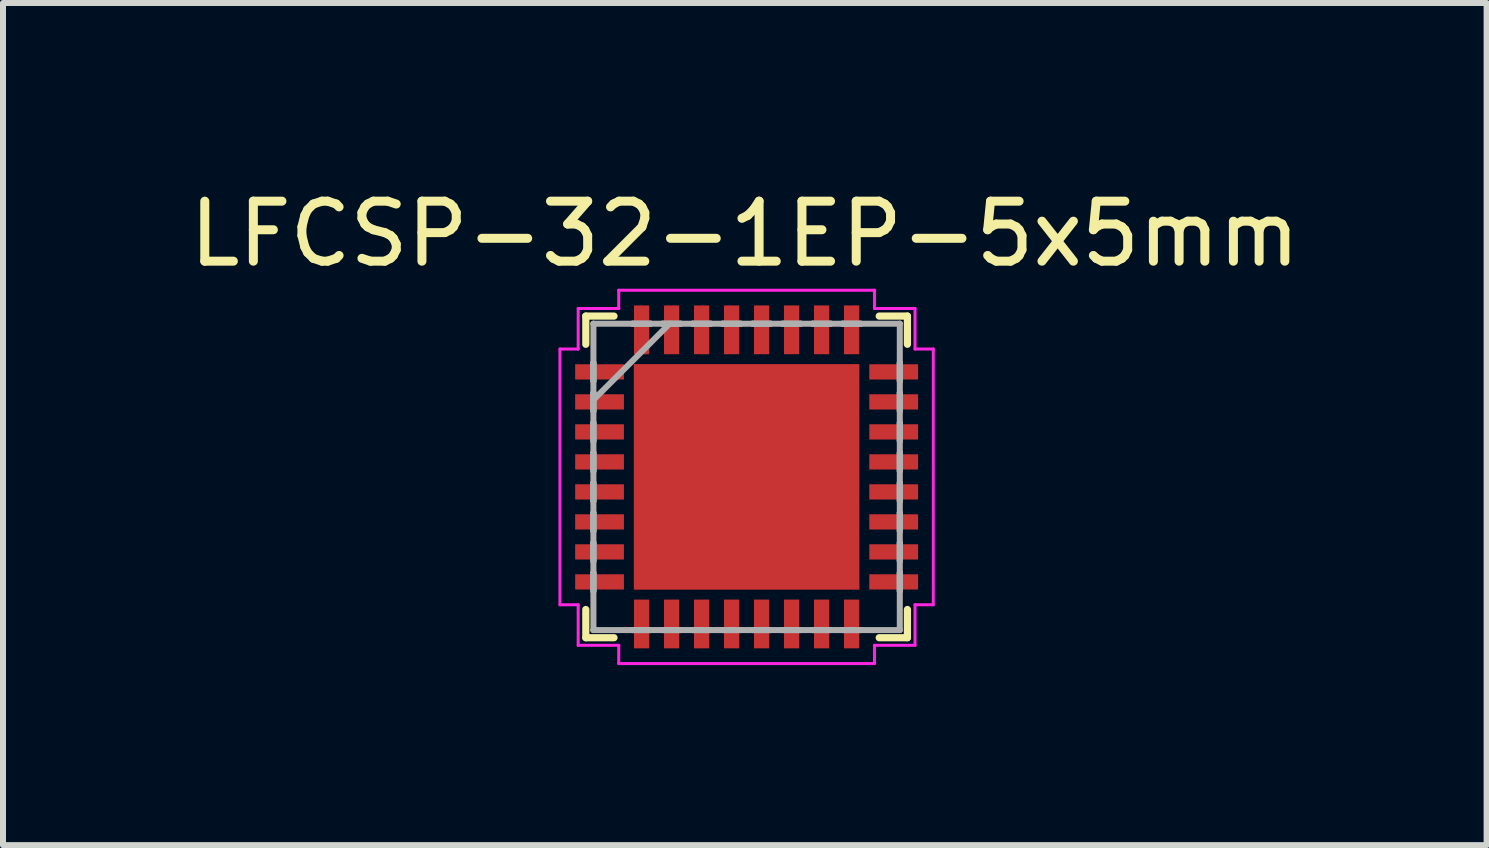
<source format=kicad_pcb>
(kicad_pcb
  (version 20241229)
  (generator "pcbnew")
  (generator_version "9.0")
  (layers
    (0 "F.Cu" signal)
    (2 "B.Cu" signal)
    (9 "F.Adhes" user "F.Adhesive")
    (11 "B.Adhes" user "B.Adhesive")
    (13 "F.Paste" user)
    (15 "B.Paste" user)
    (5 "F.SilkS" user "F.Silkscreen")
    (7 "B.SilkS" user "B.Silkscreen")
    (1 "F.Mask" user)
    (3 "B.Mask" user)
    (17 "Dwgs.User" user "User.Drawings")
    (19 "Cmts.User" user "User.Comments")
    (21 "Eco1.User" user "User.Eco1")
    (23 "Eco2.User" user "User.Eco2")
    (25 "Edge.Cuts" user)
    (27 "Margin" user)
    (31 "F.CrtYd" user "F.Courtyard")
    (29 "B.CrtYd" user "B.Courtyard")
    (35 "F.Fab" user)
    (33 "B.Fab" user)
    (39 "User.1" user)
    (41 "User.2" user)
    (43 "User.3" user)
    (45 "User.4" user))
  (footprint "LFCSP-32-1EP-5x5mm"
    (layer "F.Cu")
    (at 9.393 4.898)
    (property "Reference" "LFCSP-32-1EP-5x5mm" (at -0.03 -4.05 0) (layer "F.SilkS") (effects (font (size 1 1) (thickness 0.15))))
    (attr smd)
    (fp_line (start -2.68 -2.68) (end -2.68 -2.21) (stroke (width 0.12) (type solid)) (layer "F.SilkS"))
    (fp_line (start -2.68 2.21) (end -2.68 2.68) (stroke (width 0.12) (type solid)) (layer "F.SilkS"))
    (fp_line (start -2.68 2.68) (end -2.21 2.68) (stroke (width 0.12) (type solid)) (layer "F.SilkS"))
    (fp_line (start -2.21 -2.68) (end -2.68 -2.68) (stroke (width 0.12) (type solid)) (layer "F.SilkS"))
    (fp_line (start 2.21 2.68) (end 2.68 2.68) (stroke (width 0.12) (type solid)) (layer "F.SilkS"))
    (fp_line (start 2.68 -2.68) (end 2.21 -2.68) (stroke (width 0.12) (type solid)) (layer "F.SilkS"))
    (fp_line (start 2.68 -2.21) (end 2.68 -2.68) (stroke (width 0.12) (type solid)) (layer "F.SilkS"))
    (fp_line (start 2.68 2.68) (end 2.68 2.21) (stroke (width 0.12) (type solid)) (layer "F.SilkS"))
    (fp_poly (pts (xy -1.78 -1.78) (xy -1.78 -0.1) (xy -0.1 -0.1) (xy -0.1 -1.78)) (stroke (width 0.1) (type solid)) (fill yes) (layer "F.Paste"))
    (fp_poly (pts (xy -1.78 0.1) (xy -1.78 1.78) (xy -0.1 1.78) (xy -0.1 0.1)) (stroke (width 0.1) (type solid)) (fill yes) (layer "F.Paste"))
    (fp_poly (pts (xy 0.1 -1.78) (xy 0.1 -0.1) (xy 1.78 -0.1) (xy 1.78 -1.78)) (stroke (width 0.1) (type solid)) (fill yes) (layer "F.Paste"))
    (fp_poly (pts (xy 0.1 0.1) (xy 0.1 1.78) (xy 1.78 1.78) (xy 1.78 0.1)) (stroke (width 0.1) (type solid)) (fill yes) (layer "F.Paste"))
    (fp_line (start -3.111 -2.131) (end -2.807 -2.131) (stroke (width 0.05) (type solid)) (layer "F.CrtYd"))
    (fp_line (start -3.111 2.131) (end -3.111 -2.131) (stroke (width 0.05) (type solid)) (layer "F.CrtYd"))
    (fp_line (start -2.807 -2.807) (end -2.131 -2.807) (stroke (width 0.05) (type solid)) (layer "F.CrtYd"))
    (fp_line (start -2.807 -2.131) (end -2.807 -2.807) (stroke (width 0.05) (type solid)) (layer "F.CrtYd"))
    (fp_line (start -2.807 2.131) (end -3.111 2.131) (stroke (width 0.05) (type solid)) (layer "F.CrtYd"))
    (fp_line (start -2.807 2.807) (end -2.807 2.131) (stroke (width 0.05) (type solid)) (layer "F.CrtYd"))
    (fp_line (start -2.131 -3.111) (end 2.131 -3.111) (stroke (width 0.05) (type solid)) (layer "F.CrtYd"))
    (fp_line (start -2.131 -2.807) (end -2.131 -3.111) (stroke (width 0.05) (type solid)) (layer "F.CrtYd"))
    (fp_line (start -2.131 2.807) (end -2.807 2.807) (stroke (width 0.05) (type solid)) (layer "F.CrtYd"))
    (fp_line (start -2.131 3.111) (end -2.131 2.807) (stroke (width 0.05) (type solid)) (layer "F.CrtYd"))
    (fp_line (start 2.131 -3.111) (end 2.131 -2.807) (stroke (width 0.05) (type solid)) (layer "F.CrtYd"))
    (fp_line (start 2.131 -2.807) (end 2.807 -2.807) (stroke (width 0.05) (type solid)) (layer "F.CrtYd"))
    (fp_line (start 2.131 2.807) (end 2.131 3.111) (stroke (width 0.05) (type solid)) (layer "F.CrtYd"))
    (fp_line (start 2.131 3.111) (end -2.131 3.111) (stroke (width 0.05) (type solid)) (layer "F.CrtYd"))
    (fp_line (start 2.807 -2.807) (end 2.807 -2.131) (stroke (width 0.05) (type solid)) (layer "F.CrtYd"))
    (fp_line (start 2.807 -2.131) (end 3.111 -2.131) (stroke (width 0.05) (type solid)) (layer "F.CrtYd"))
    (fp_line (start 2.807 2.131) (end 2.807 2.807) (stroke (width 0.05) (type solid)) (layer "F.CrtYd"))
    (fp_line (start 2.807 2.807) (end 2.131 2.807) (stroke (width 0.05) (type solid)) (layer "F.CrtYd"))
    (fp_line (start 3.111 -2.131) (end 3.111 2.131) (stroke (width 0.05) (type solid)) (layer "F.CrtYd"))
    (fp_line (start 3.111 2.131) (end 2.807 2.131) (stroke (width 0.05) (type solid)) (layer "F.CrtYd"))
    (fp_line (start -2.553 -2.553) (end -2.553 -2.553) (stroke (width 0.1) (type solid)) (layer "F.Fab"))
    (fp_line (start -2.553 -2.553) (end -2.553 2.553) (stroke (width 0.1) (type solid)) (layer "F.Fab"))
    (fp_line (start -2.553 -1.902) (end -2.553 -1.902) (stroke (width 0.1) (type solid)) (layer "F.Fab"))
    (fp_line (start -2.553 -1.902) (end -2.553 -1.598) (stroke (width 0.1) (type solid)) (layer "F.Fab"))
    (fp_line (start -2.553 -1.598) (end -2.553 -1.902) (stroke (width 0.1) (type solid)) (layer "F.Fab"))
    (fp_line (start -2.553 -1.598) (end -2.553 -1.598) (stroke (width 0.1) (type solid)) (layer "F.Fab"))
    (fp_line (start -2.553 -1.402) (end -2.553 -1.402) (stroke (width 0.1) (type solid)) (layer "F.Fab"))
    (fp_line (start -2.553 -1.402) (end -2.553 -1.098) (stroke (width 0.1) (type solid)) (layer "F.Fab"))
    (fp_line (start -2.553 -1.283) (end -1.283 -2.553) (stroke (width 0.1) (type solid)) (layer "F.Fab"))
    (fp_line (start -2.553 -1.098) (end -2.553 -1.402) (stroke (width 0.1) (type solid)) (layer "F.Fab"))
    (fp_line (start -2.553 -1.098) (end -2.553 -1.098) (stroke (width 0.1) (type solid)) (layer "F.Fab"))
    (fp_line (start -2.553 -0.902) (end -2.553 -0.902) (stroke (width 0.1) (type solid)) (layer "F.Fab"))
    (fp_line (start -2.553 -0.902) (end -2.553 -0.598) (stroke (width 0.1) (type solid)) (layer "F.Fab"))
    (fp_line (start -2.553 -0.598) (end -2.553 -0.902) (stroke (width 0.1) (type solid)) (layer "F.Fab"))
    (fp_line (start -2.553 -0.598) (end -2.553 -0.598) (stroke (width 0.1) (type solid)) (layer "F.Fab"))
    (fp_line (start -2.553 -0.402) (end -2.553 -0.402) (stroke (width 0.1) (type solid)) (layer "F.Fab"))
    (fp_line (start -2.553 -0.402) (end -2.553 -0.098) (stroke (width 0.1) (type solid)) (layer "F.Fab"))
    (fp_line (start -2.553 -0.098) (end -2.553 -0.402) (stroke (width 0.1) (type solid)) (layer "F.Fab"))
    (fp_line (start -2.553 -0.098) (end -2.553 -0.098) (stroke (width 0.1) (type solid)) (layer "F.Fab"))
    (fp_line (start -2.553 0.098) (end -2.553 0.098) (stroke (width 0.1) (type solid)) (layer "F.Fab"))
    (fp_line (start -2.553 0.098) (end -2.553 0.402) (stroke (width 0.1) (type solid)) (layer "F.Fab"))
    (fp_line (start -2.553 0.402) (end -2.553 0.098) (stroke (width 0.1) (type solid)) (layer "F.Fab"))
    (fp_line (start -2.553 0.402) (end -2.553 0.402) (stroke (width 0.1) (type solid)) (layer "F.Fab"))
    (fp_line (start -2.553 0.598) (end -2.553 0.598) (stroke (width 0.1) (type solid)) (layer "F.Fab"))
    (fp_line (start -2.553 0.598) (end -2.553 0.902) (stroke (width 0.1) (type solid)) (layer "F.Fab"))
    (fp_line (start -2.553 0.902) (end -2.553 0.598) (stroke (width 0.1) (type solid)) (layer "F.Fab"))
    (fp_line (start -2.553 0.902) (end -2.553 0.902) (stroke (width 0.1) (type solid)) (layer "F.Fab"))
    (fp_line (start -2.553 1.098) (end -2.553 1.098) (stroke (width 0.1) (type solid)) (layer "F.Fab"))
    (fp_line (start -2.553 1.098) (end -2.553 1.402) (stroke (width 0.1) (type solid)) (layer "F.Fab"))
    (fp_line (start -2.553 1.402) (end -2.553 1.098) (stroke (width 0.1) (type solid)) (layer "F.Fab"))
    (fp_line (start -2.553 1.402) (end -2.553 1.402) (stroke (width 0.1) (type solid)) (layer "F.Fab"))
    (fp_line (start -2.553 1.598) (end -2.553 1.598) (stroke (width 0.1) (type solid)) (layer "F.Fab"))
    (fp_line (start -2.553 1.598) (end -2.553 1.902) (stroke (width 0.1) (type solid)) (layer "F.Fab"))
    (fp_line (start -2.553 1.902) (end -2.553 1.598) (stroke (width 0.1) (type solid)) (layer "F.Fab"))
    (fp_line (start -2.553 1.902) (end -2.553 1.902) (stroke (width 0.1) (type solid)) (layer "F.Fab"))
    (fp_line (start -2.553 2.553) (end -2.553 2.553) (stroke (width 0.1) (type solid)) (layer "F.Fab"))
    (fp_line (start -2.553 2.553) (end 2.553 2.553) (stroke (width 0.1) (type solid)) (layer "F.Fab"))
    (fp_line (start -1.902 -2.553) (end -1.902 -2.553) (stroke (width 0.1) (type solid)) (layer "F.Fab"))
    (fp_line (start -1.902 -2.553) (end -1.598 -2.553) (stroke (width 0.1) (type solid)) (layer "F.Fab"))
    (fp_line (start -1.902 2.553) (end -1.902 2.553) (stroke (width 0.1) (type solid)) (layer "F.Fab"))
    (fp_line (start -1.902 2.553) (end -1.598 2.553) (stroke (width 0.1) (type solid)) (layer "F.Fab"))
    (fp_line (start -1.598 -2.553) (end -1.902 -2.553) (stroke (width 0.1) (type solid)) (layer "F.Fab"))
    (fp_line (start -1.598 -2.553) (end -1.598 -2.553) (stroke (width 0.1) (type solid)) (layer "F.Fab"))
    (fp_line (start -1.598 2.553) (end -1.902 2.553) (stroke (width 0.1) (type solid)) (layer "F.Fab"))
    (fp_line (start -1.598 2.553) (end -1.598 2.553) (stroke (width 0.1) (type solid)) (layer "F.Fab"))
    (fp_line (start -1.402 -2.553) (end -1.402 -2.553) (stroke (width 0.1) (type solid)) (layer "F.Fab"))
    (fp_line (start -1.402 -2.553) (end -1.098 -2.553) (stroke (width 0.1) (type solid)) (layer "F.Fab"))
    (fp_line (start -1.402 2.553) (end -1.402 2.553) (stroke (width 0.1) (type solid)) (layer "F.Fab"))
    (fp_line (start -1.402 2.553) (end -1.098 2.553) (stroke (width 0.1) (type solid)) (layer "F.Fab"))
    (fp_line (start -1.098 -2.553) (end -1.402 -2.553) (stroke (width 0.1) (type solid)) (layer "F.Fab"))
    (fp_line (start -1.098 -2.553) (end -1.098 -2.553) (stroke (width 0.1) (type solid)) (layer "F.Fab"))
    (fp_line (start -1.098 2.553) (end -1.402 2.553) (stroke (width 0.1) (type solid)) (layer "F.Fab"))
    (fp_line (start -1.098 2.553) (end -1.098 2.553) (stroke (width 0.1) (type solid)) (layer "F.Fab"))
    (fp_line (start -0.902 -2.553) (end -0.902 -2.553) (stroke (width 0.1) (type solid)) (layer "F.Fab"))
    (fp_line (start -0.902 -2.553) (end -0.598 -2.553) (stroke (width 0.1) (type solid)) (layer "F.Fab"))
    (fp_line (start -0.902 2.553) (end -0.902 2.553) (stroke (width 0.1) (type solid)) (layer "F.Fab"))
    (fp_line (start -0.902 2.553) (end -0.598 2.553) (stroke (width 0.1) (type solid)) (layer "F.Fab"))
    (fp_line (start -0.598 -2.553) (end -0.902 -2.553) (stroke (width 0.1) (type solid)) (layer "F.Fab"))
    (fp_line (start -0.598 -2.553) (end -0.598 -2.553) (stroke (width 0.1) (type solid)) (layer "F.Fab"))
    (fp_line (start -0.598 2.553) (end -0.902 2.553) (stroke (width 0.1) (type solid)) (layer "F.Fab"))
    (fp_line (start -0.598 2.553) (end -0.598 2.553) (stroke (width 0.1) (type solid)) (layer "F.Fab"))
    (fp_line (start -0.402 -2.553) (end -0.402 -2.553) (stroke (width 0.1) (type solid)) (layer "F.Fab"))
    (fp_line (start -0.402 -2.553) (end -0.098 -2.553) (stroke (width 0.1) (type solid)) (layer "F.Fab"))
    (fp_line (start -0.402 2.553) (end -0.402 2.553) (stroke (width 0.1) (type solid)) (layer "F.Fab"))
    (fp_line (start -0.402 2.553) (end -0.098 2.553) (stroke (width 0.1) (type solid)) (layer "F.Fab"))
    (fp_line (start -0.098 -2.553) (end -0.402 -2.553) (stroke (width 0.1) (type solid)) (layer "F.Fab"))
    (fp_line (start -0.098 -2.553) (end -0.098 -2.553) (stroke (width 0.1) (type solid)) (layer "F.Fab"))
    (fp_line (start -0.098 2.553) (end -0.402 2.553) (stroke (width 0.1) (type solid)) (layer "F.Fab"))
    (fp_line (start -0.098 2.553) (end -0.098 2.553) (stroke (width 0.1) (type solid)) (layer "F.Fab"))
    (fp_line (start 0.098 -2.553) (end 0.098 -2.553) (stroke (width 0.1) (type solid)) (layer "F.Fab"))
    (fp_line (start 0.098 -2.553) (end 0.402 -2.553) (stroke (width 0.1) (type solid)) (layer "F.Fab"))
    (fp_line (start 0.098 2.553) (end 0.098 2.553) (stroke (width 0.1) (type solid)) (layer "F.Fab"))
    (fp_line (start 0.098 2.553) (end 0.402 2.553) (stroke (width 0.1) (type solid)) (layer "F.Fab"))
    (fp_line (start 0.402 -2.553) (end 0.098 -2.553) (stroke (width 0.1) (type solid)) (layer "F.Fab"))
    (fp_line (start 0.402 -2.553) (end 0.402 -2.553) (stroke (width 0.1) (type solid)) (layer "F.Fab"))
    (fp_line (start 0.402 2.553) (end 0.098 2.553) (stroke (width 0.1) (type solid)) (layer "F.Fab"))
    (fp_line (start 0.402 2.553) (end 0.402 2.553) (stroke (width 0.1) (type solid)) (layer "F.Fab"))
    (fp_line (start 0.598 -2.553) (end 0.598 -2.553) (stroke (width 0.1) (type solid)) (layer "F.Fab"))
    (fp_line (start 0.598 -2.553) (end 0.902 -2.553) (stroke (width 0.1) (type solid)) (layer "F.Fab"))
    (fp_line (start 0.598 2.553) (end 0.598 2.553) (stroke (width 0.1) (type solid)) (layer "F.Fab"))
    (fp_line (start 0.598 2.553) (end 0.902 2.553) (stroke (width 0.1) (type solid)) (layer "F.Fab"))
    (fp_line (start 0.902 -2.553) (end 0.598 -2.553) (stroke (width 0.1) (type solid)) (layer "F.Fab"))
    (fp_line (start 0.902 -2.553) (end 0.902 -2.553) (stroke (width 0.1) (type solid)) (layer "F.Fab"))
    (fp_line (start 0.902 2.553) (end 0.598 2.553) (stroke (width 0.1) (type solid)) (layer "F.Fab"))
    (fp_line (start 0.902 2.553) (end 0.902 2.553) (stroke (width 0.1) (type solid)) (layer "F.Fab"))
    (fp_line (start 1.098 -2.553) (end 1.098 -2.553) (stroke (width 0.1) (type solid)) (layer "F.Fab"))
    (fp_line (start 1.098 -2.553) (end 1.402 -2.553) (stroke (width 0.1) (type solid)) (layer "F.Fab"))
    (fp_line (start 1.098 2.553) (end 1.098 2.553) (stroke (width 0.1) (type solid)) (layer "F.Fab"))
    (fp_line (start 1.098 2.553) (end 1.402 2.553) (stroke (width 0.1) (type solid)) (layer "F.Fab"))
    (fp_line (start 1.402 -2.553) (end 1.098 -2.553) (stroke (width 0.1) (type solid)) (layer "F.Fab"))
    (fp_line (start 1.402 -2.553) (end 1.402 -2.553) (stroke (width 0.1) (type solid)) (layer "F.Fab"))
    (fp_line (start 1.402 2.553) (end 1.098 2.553) (stroke (width 0.1) (type solid)) (layer "F.Fab"))
    (fp_line (start 1.402 2.553) (end 1.402 2.553) (stroke (width 0.1) (type solid)) (layer "F.Fab"))
    (fp_line (start 1.598 -2.553) (end 1.598 -2.553) (stroke (width 0.1) (type solid)) (layer "F.Fab"))
    (fp_line (start 1.598 -2.553) (end 1.902 -2.553) (stroke (width 0.1) (type solid)) (layer "F.Fab"))
    (fp_line (start 1.598 2.553) (end 1.598 2.553) (stroke (width 0.1) (type solid)) (layer "F.Fab"))
    (fp_line (start 1.598 2.553) (end 1.902 2.553) (stroke (width 0.1) (type solid)) (layer "F.Fab"))
    (fp_line (start 1.902 -2.553) (end 1.598 -2.553) (stroke (width 0.1) (type solid)) (layer "F.Fab"))
    (fp_line (start 1.902 -2.553) (end 1.902 -2.553) (stroke (width 0.1) (type solid)) (layer "F.Fab"))
    (fp_line (start 1.902 2.553) (end 1.598 2.553) (stroke (width 0.1) (type solid)) (layer "F.Fab"))
    (fp_line (start 1.902 2.553) (end 1.902 2.553) (stroke (width 0.1) (type solid)) (layer "F.Fab"))
    (fp_line (start 2.553 -2.553) (end -2.553 -2.553) (stroke (width 0.1) (type solid)) (layer "F.Fab"))
    (fp_line (start 2.553 -2.553) (end 2.553 -2.553) (stroke (width 0.1) (type solid)) (layer "F.Fab"))
    (fp_line (start 2.553 -1.902) (end 2.553 -1.902) (stroke (width 0.1) (type solid)) (layer "F.Fab"))
    (fp_line (start 2.553 -1.902) (end 2.553 -1.598) (stroke (width 0.1) (type solid)) (layer "F.Fab"))
    (fp_line (start 2.553 -1.598) (end 2.553 -1.902) (stroke (width 0.1) (type solid)) (layer "F.Fab"))
    (fp_line (start 2.553 -1.598) (end 2.553 -1.598) (stroke (width 0.1) (type solid)) (layer "F.Fab"))
    (fp_line (start 2.553 -1.402) (end 2.553 -1.402) (stroke (width 0.1) (type solid)) (layer "F.Fab"))
    (fp_line (start 2.553 -1.402) (end 2.553 -1.098) (stroke (width 0.1) (type solid)) (layer "F.Fab"))
    (fp_line (start 2.553 -1.098) (end 2.553 -1.402) (stroke (width 0.1) (type solid)) (layer "F.Fab"))
    (fp_line (start 2.553 -1.098) (end 2.553 -1.098) (stroke (width 0.1) (type solid)) (layer "F.Fab"))
    (fp_line (start 2.553 -0.902) (end 2.553 -0.902) (stroke (width 0.1) (type solid)) (layer "F.Fab"))
    (fp_line (start 2.553 -0.902) (end 2.553 -0.598) (stroke (width 0.1) (type solid)) (layer "F.Fab"))
    (fp_line (start 2.553 -0.598) (end 2.553 -0.902) (stroke (width 0.1) (type solid)) (layer "F.Fab"))
    (fp_line (start 2.553 -0.598) (end 2.553 -0.598) (stroke (width 0.1) (type solid)) (layer "F.Fab"))
    (fp_line (start 2.553 -0.402) (end 2.553 -0.402) (stroke (width 0.1) (type solid)) (layer "F.Fab"))
    (fp_line (start 2.553 -0.402) (end 2.553 -0.098) (stroke (width 0.1) (type solid)) (layer "F.Fab"))
    (fp_line (start 2.553 -0.098) (end 2.553 -0.402) (stroke (width 0.1) (type solid)) (layer "F.Fab"))
    (fp_line (start 2.553 -0.098) (end 2.553 -0.098) (stroke (width 0.1) (type solid)) (layer "F.Fab"))
    (fp_line (start 2.553 0.098) (end 2.553 0.098) (stroke (width 0.1) (type solid)) (layer "F.Fab"))
    (fp_line (start 2.553 0.098) (end 2.553 0.402) (stroke (width 0.1) (type solid)) (layer "F.Fab"))
    (fp_line (start 2.553 0.402) (end 2.553 0.098) (stroke (width 0.1) (type solid)) (layer "F.Fab"))
    (fp_line (start 2.553 0.402) (end 2.553 0.402) (stroke (width 0.1) (type solid)) (layer "F.Fab"))
    (fp_line (start 2.553 0.598) (end 2.553 0.598) (stroke (width 0.1) (type solid)) (layer "F.Fab"))
    (fp_line (start 2.553 0.598) (end 2.553 0.902) (stroke (width 0.1) (type solid)) (layer "F.Fab"))
    (fp_line (start 2.553 0.902) (end 2.553 0.598) (stroke (width 0.1) (type solid)) (layer "F.Fab"))
    (fp_line (start 2.553 0.902) (end 2.553 0.902) (stroke (width 0.1) (type solid)) (layer "F.Fab"))
    (fp_line (start 2.553 1.098) (end 2.553 1.098) (stroke (width 0.1) (type solid)) (layer "F.Fab"))
    (fp_line (start 2.553 1.098) (end 2.553 1.402) (stroke (width 0.1) (type solid)) (layer "F.Fab"))
    (fp_line (start 2.553 1.402) (end 2.553 1.098) (stroke (width 0.1) (type solid)) (layer "F.Fab"))
    (fp_line (start 2.553 1.402) (end 2.553 1.402) (stroke (width 0.1) (type solid)) (layer "F.Fab"))
    (fp_line (start 2.553 1.598) (end 2.553 1.598) (stroke (width 0.1) (type solid)) (layer "F.Fab"))
    (fp_line (start 2.553 1.598) (end 2.553 1.902) (stroke (width 0.1) (type solid)) (layer "F.Fab"))
    (fp_line (start 2.553 1.902) (end 2.553 1.598) (stroke (width 0.1) (type solid)) (layer "F.Fab"))
    (fp_line (start 2.553 1.902) (end 2.553 1.902) (stroke (width 0.1) (type solid)) (layer "F.Fab"))
    (fp_line (start 2.553 2.553) (end 2.553 -2.553) (stroke (width 0.1) (type solid)) (layer "F.Fab"))
    (fp_line (start 2.553 2.553) (end 2.553 2.553) (stroke (width 0.1) (type solid)) (layer "F.Fab"))
    (pad "1" smd rect (at -2.451 -1.75 90) (size 0.254 0.813) (layers "F.Cu" "F.Mask" "F.Paste"))
    (pad "2" smd rect (at -2.451 -1.25 90) (size 0.254 0.813) (layers "F.Cu" "F.Mask" "F.Paste"))
    (pad "3" smd rect (at -2.451 -0.75 90) (size 0.254 0.813) (layers "F.Cu" "F.Mask" "F.Paste"))
    (pad "4" smd rect (at -2.451 -0.25 90) (size 0.254 0.813) (layers "F.Cu" "F.Mask" "F.Paste"))
    (pad "5" smd rect (at -2.451 0.25 90) (size 0.254 0.813) (layers "F.Cu" "F.Mask" "F.Paste"))
    (pad "6" smd rect (at -2.451 0.75 90) (size 0.254 0.813) (layers "F.Cu" "F.Mask" "F.Paste"))
    (pad "7" smd rect (at -2.451 1.25 90) (size 0.254 0.813) (layers "F.Cu" "F.Mask" "F.Paste"))
    (pad "8" smd rect (at -2.451 1.75 90) (size 0.254 0.813) (layers "F.Cu" "F.Mask" "F.Paste"))
    (pad "9" smd rect (at -1.75 2.451) (size 0.254 0.813) (layers "F.Cu" "F.Mask" "F.Paste"))
    (pad "10" smd rect (at -1.25 2.451) (size 0.254 0.813) (layers "F.Cu" "F.Mask" "F.Paste"))
    (pad "11" smd rect (at -0.75 2.451) (size 0.254 0.813) (layers "F.Cu" "F.Mask" "F.Paste"))
    (pad "12" smd rect (at -0.25 2.451) (size 0.254 0.813) (layers "F.Cu" "F.Mask" "F.Paste"))
    (pad "13" smd rect (at 0.25 2.451) (size 0.254 0.813) (layers "F.Cu" "F.Mask" "F.Paste"))
    (pad "14" smd rect (at 0.75 2.451) (size 0.254 0.813) (layers "F.Cu" "F.Mask" "F.Paste"))
    (pad "15" smd rect (at 1.25 2.451) (size 0.254 0.813) (layers "F.Cu" "F.Mask" "F.Paste"))
    (pad "16" smd rect (at 1.75 2.451) (size 0.254 0.813) (layers "F.Cu" "F.Mask" "F.Paste"))
    (pad "17" smd rect (at 2.451 1.75 90) (size 0.254 0.813) (layers "F.Cu" "F.Mask" "F.Paste"))
    (pad "18" smd rect (at 2.451 1.25 90) (size 0.254 0.813) (layers "F.Cu" "F.Mask" "F.Paste"))
    (pad "19" smd rect (at 2.451 0.75 90) (size 0.254 0.813) (layers "F.Cu" "F.Mask" "F.Paste"))
    (pad "20" smd rect (at 2.451 0.25 90) (size 0.254 0.813) (layers "F.Cu" "F.Mask" "F.Paste"))
    (pad "21" smd rect (at 2.451 -0.25 90) (size 0.254 0.813) (layers "F.Cu" "F.Mask" "F.Paste"))
    (pad "22" smd rect (at 2.451 -0.75 90) (size 0.254 0.813) (layers "F.Cu" "F.Mask" "F.Paste"))
    (pad "23" smd rect (at 2.451 -1.25 90) (size 0.254 0.813) (layers "F.Cu" "F.Mask" "F.Paste"))
    (pad "24" smd rect (at 2.451 -1.75 90) (size 0.254 0.813) (layers "F.Cu" "F.Mask" "F.Paste"))
    (pad "25" smd rect (at 1.75 -2.451) (size 0.254 0.813) (layers "F.Cu" "F.Mask" "F.Paste"))
    (pad "26" smd rect (at 1.25 -2.451) (size 0.254 0.813) (layers "F.Cu" "F.Mask" "F.Paste"))
    (pad "27" smd rect (at 0.75 -2.451) (size 0.254 0.813) (layers "F.Cu" "F.Mask" "F.Paste"))
    (pad "28" smd rect (at 0.25 -2.451) (size 0.254 0.813) (layers "F.Cu" "F.Mask" "F.Paste"))
    (pad "29" smd rect (at -0.25 -2.451) (size 0.254 0.813) (layers "F.Cu" "F.Mask" "F.Paste"))
    (pad "30" smd rect (at -0.75 -2.451) (size 0.254 0.813) (layers "F.Cu" "F.Mask" "F.Paste"))
    (pad "31" smd rect (at -1.25 -2.451) (size 0.254 0.813) (layers "F.Cu" "F.Mask" "F.Paste"))
    (pad "32" smd rect (at -1.75 -2.451) (size 0.254 0.813) (layers "F.Cu" "F.Mask" "F.Paste"))
    (pad "33" smd rect (at 0 0) (size 3.759 3.759) (layers "F.Cu" "F.Mask")))
  (gr_rect
    (start -3 -3)
    (end 21.726 11.035)
    (stroke (width 0.1) (type default))
    (fill no)
    (layer "Edge.Cuts")))
</source>
